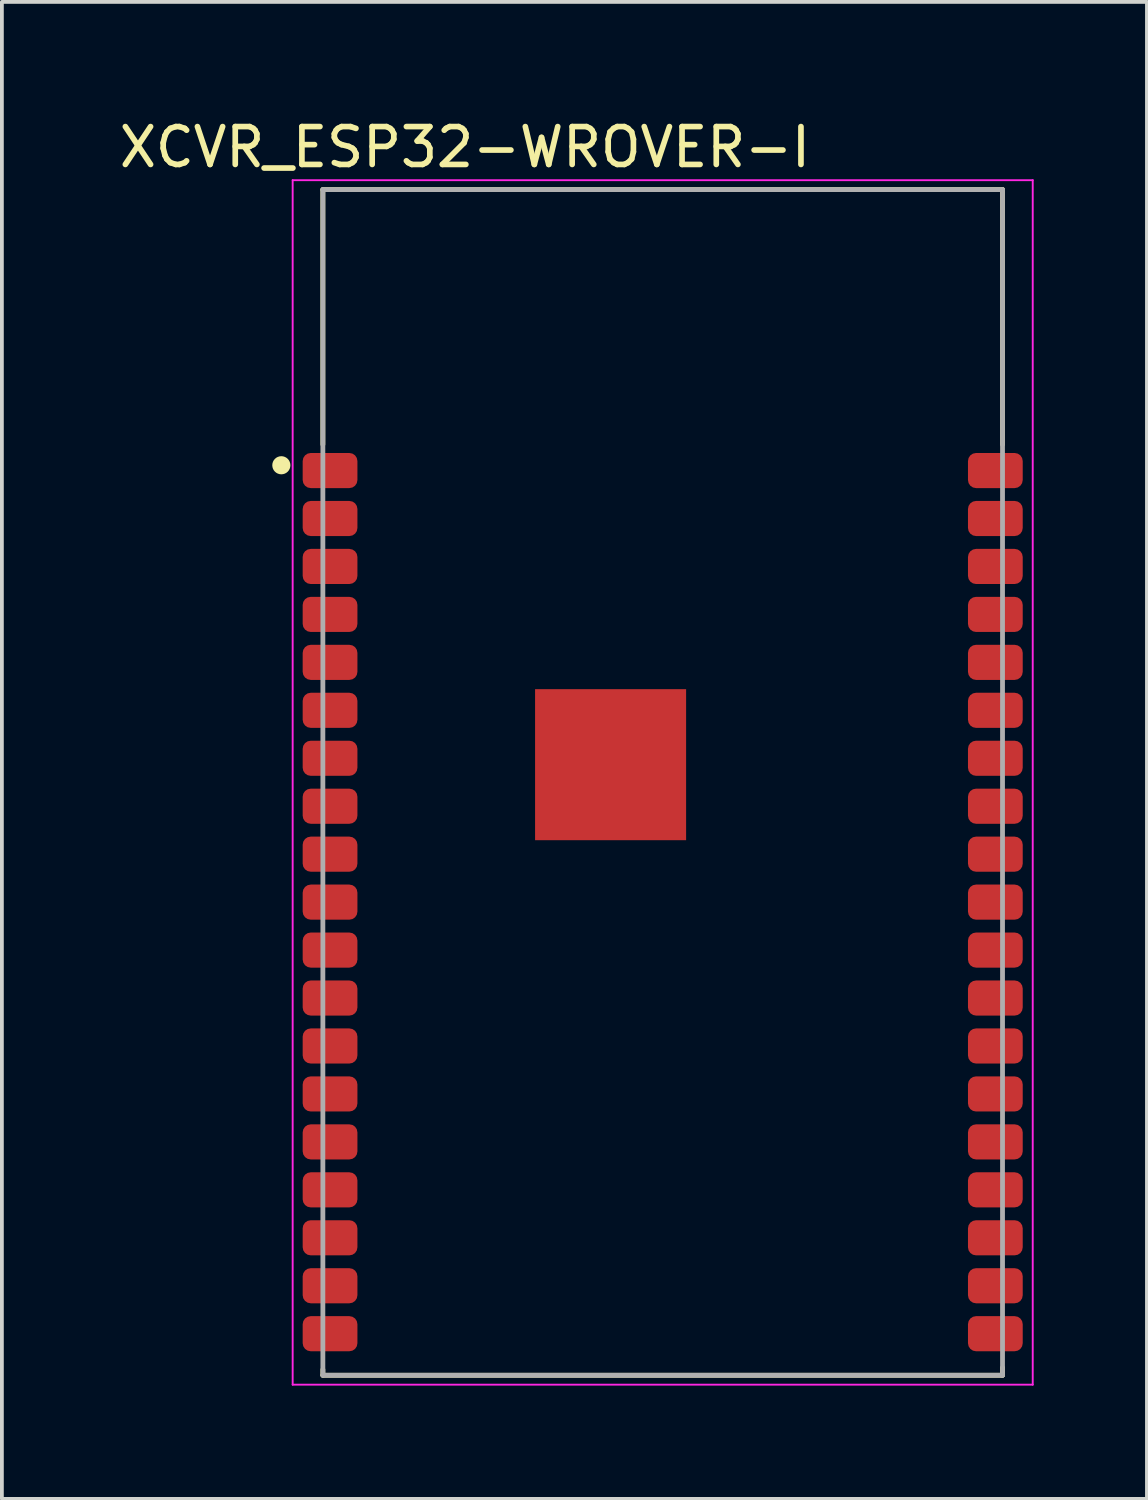
<source format=kicad_pcb>
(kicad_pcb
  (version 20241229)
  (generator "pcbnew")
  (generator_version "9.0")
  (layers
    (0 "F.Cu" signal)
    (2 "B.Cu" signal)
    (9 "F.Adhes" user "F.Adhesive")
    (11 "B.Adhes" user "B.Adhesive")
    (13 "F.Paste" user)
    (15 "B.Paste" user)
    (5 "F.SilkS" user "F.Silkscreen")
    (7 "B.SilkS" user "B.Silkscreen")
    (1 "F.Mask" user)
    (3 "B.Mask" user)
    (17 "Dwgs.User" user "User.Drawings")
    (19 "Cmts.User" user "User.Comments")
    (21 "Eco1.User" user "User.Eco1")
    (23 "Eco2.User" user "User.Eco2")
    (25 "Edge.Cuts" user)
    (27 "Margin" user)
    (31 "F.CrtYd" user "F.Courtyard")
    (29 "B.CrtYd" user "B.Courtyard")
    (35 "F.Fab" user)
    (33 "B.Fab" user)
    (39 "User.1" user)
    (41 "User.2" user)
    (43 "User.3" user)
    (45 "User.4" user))
  (footprint "XCVR_ESP32-WROVER-I"
    (layer "F.Cu")
    (at 14.501 17.672)
    (property "Reference" "XCVR_ESP32-WROVER-I" (at -5.237 -16.823 0) (layer "F.SilkS") (effects (font (size 1.002 1.002) (thickness 0.15))))
    (attr smd)
    (fp_line (start -9 -15.7) (end 9 -15.7) (stroke (width 0.127) (type solid)) (layer "F.SilkS"))
    (fp_line (start -9 -8.95) (end -9 -15.7) (stroke (width 0.127) (type solid)) (layer "F.SilkS"))
    (fp_line (start -9 15.55) (end -9 15.7) (stroke (width 0.127) (type solid)) (layer "F.SilkS"))
    (fp_line (start -9 15.7) (end 9 15.7) (stroke (width 0.127) (type solid)) (layer "F.SilkS"))
    (fp_line (start 9 -15.7) (end 9 -8.95) (stroke (width 0.127) (type solid)) (layer "F.SilkS"))
    (fp_line (start 9 15.7) (end 9 15.5) (stroke (width 0.127) (type solid)) (layer "F.SilkS"))
    (fp_circle (center -10.1 -8.4) (end -9.98 -8.4) (stroke (width 0.24) (type solid)) (fill no) (layer "F.SilkS"))
    (fp_poly (pts (xy -2.648 -1.735) (xy -0.115 -1.735) (xy -0.115 0.796) (xy -2.648 0.796)) (stroke (width 0.01) (type solid)) (fill yes) (layer "F.Paste"))
    (fp_line (start -9.8 -15.95) (end 9.8 -15.95) (stroke (width 0.05) (type solid)) (layer "F.CrtYd"))
    (fp_line (start -9.8 15.95) (end -9.8 -15.95) (stroke (width 0.05) (type solid)) (layer "F.CrtYd"))
    (fp_line (start 9.8 -15.95) (end 9.8 15.95) (stroke (width 0.05) (type solid)) (layer "F.CrtYd"))
    (fp_line (start 9.8 15.95) (end -9.8 15.95) (stroke (width 0.05) (type solid)) (layer "F.CrtYd"))
    (fp_line (start -9 -15.7) (end 9 -15.7) (stroke (width 0.127) (type solid)) (layer "F.Fab"))
    (fp_line (start -9 15.7) (end -9 -15.7) (stroke (width 0.127) (type solid)) (layer "F.Fab"))
    (fp_line (start 9 -15.7) (end 9 15.7) (stroke (width 0.127) (type solid)) (layer "F.Fab"))
    (fp_line (start 9 15.7) (end -9 15.7) (stroke (width 0.127) (type solid)) (layer "F.Fab"))
    (pad "1" smd roundrect (at -8.81 -8.26) (size 1.45 0.93) (layers "F.Cu" "F.Mask" "F.Paste") (roundrect_rratio 0.23))
    (pad "2" smd roundrect (at -8.81 -6.99) (size 1.45 0.93) (layers "F.Cu" "F.Mask" "F.Paste") (roundrect_rratio 0.23))
    (pad "3" smd roundrect (at -8.81 -5.72) (size 1.45 0.93) (layers "F.Cu" "F.Mask" "F.Paste") (roundrect_rratio 0.23))
    (pad "4" smd roundrect (at -8.81 -4.45) (size 1.45 0.93) (layers "F.Cu" "F.Mask" "F.Paste") (roundrect_rratio 0.23))
    (pad "5" smd roundrect (at -8.81 -3.18) (size 1.45 0.93) (layers "F.Cu" "F.Mask" "F.Paste") (roundrect_rratio 0.23))
    (pad "6" smd roundrect (at -8.81 -1.91) (size 1.45 0.93) (layers "F.Cu" "F.Mask" "F.Paste") (roundrect_rratio 0.23))
    (pad "7" smd roundrect (at -8.81 -0.64) (size 1.45 0.93) (layers "F.Cu" "F.Mask" "F.Paste") (roundrect_rratio 0.23))
    (pad "8" smd roundrect (at -8.81 0.63) (size 1.45 0.93) (layers "F.Cu" "F.Mask" "F.Paste") (roundrect_rratio 0.23))
    (pad "9" smd roundrect (at -8.81 1.9) (size 1.45 0.93) (layers "F.Cu" "F.Mask" "F.Paste") (roundrect_rratio 0.23))
    (pad "10" smd roundrect (at -8.81 3.17) (size 1.45 0.93) (layers "F.Cu" "F.Mask" "F.Paste") (roundrect_rratio 0.23))
    (pad "11" smd roundrect (at -8.81 4.44) (size 1.45 0.93) (layers "F.Cu" "F.Mask" "F.Paste") (roundrect_rratio 0.23))
    (pad "12" smd roundrect (at -8.81 5.71) (size 1.45 0.93) (layers "F.Cu" "F.Mask" "F.Paste") (roundrect_rratio 0.23))
    (pad "13" smd roundrect (at -8.81 6.98) (size 1.45 0.93) (layers "F.Cu" "F.Mask" "F.Paste") (roundrect_rratio 0.23))
    (pad "14" smd roundrect (at -8.81 8.25) (size 1.45 0.93) (layers "F.Cu" "F.Mask" "F.Paste") (roundrect_rratio 0.23))
    (pad "15" smd roundrect (at -8.81 9.52) (size 1.45 0.93) (layers "F.Cu" "F.Mask" "F.Paste") (roundrect_rratio 0.23))
    (pad "16" smd roundrect (at -8.81 10.79) (size 1.45 0.93) (layers "F.Cu" "F.Mask" "F.Paste") (roundrect_rratio 0.23))
    (pad "17" smd roundrect (at -8.81 12.06) (size 1.45 0.93) (layers "F.Cu" "F.Mask" "F.Paste") (roundrect_rratio 0.23))
    (pad "18" smd roundrect (at -8.81 13.33) (size 1.45 0.93) (layers "F.Cu" "F.Mask" "F.Paste") (roundrect_rratio 0.23))
    (pad "19" smd roundrect (at -8.81 14.6) (size 1.45 0.93) (layers "F.Cu" "F.Mask" "F.Paste") (roundrect_rratio 0.23))
    (pad "20" smd roundrect (at 8.81 14.6 180) (size 1.45 0.93) (layers "F.Cu" "F.Mask" "F.Paste") (roundrect_rratio 0.23))
    (pad "21" smd roundrect (at 8.81 13.33 180) (size 1.45 0.93) (layers "F.Cu" "F.Mask" "F.Paste") (roundrect_rratio 0.23))
    (pad "22" smd roundrect (at 8.81 12.06 180) (size 1.45 0.93) (layers "F.Cu" "F.Mask" "F.Paste") (roundrect_rratio 0.23))
    (pad "23" smd roundrect (at 8.81 10.79 180) (size 1.45 0.93) (layers "F.Cu" "F.Mask" "F.Paste") (roundrect_rratio 0.23))
    (pad "24" smd roundrect (at 8.81 9.52 180) (size 1.45 0.93) (layers "F.Cu" "F.Mask" "F.Paste") (roundrect_rratio 0.23))
    (pad "25" smd roundrect (at 8.81 8.25 180) (size 1.45 0.93) (layers "F.Cu" "F.Mask" "F.Paste") (roundrect_rratio 0.23))
    (pad "26" smd roundrect (at 8.81 6.98 180) (size 1.45 0.93) (layers "F.Cu" "F.Mask" "F.Paste") (roundrect_rratio 0.23))
    (pad "27" smd roundrect (at 8.81 5.71 180) (size 1.45 0.93) (layers "F.Cu" "F.Mask" "F.Paste") (roundrect_rratio 0.23))
    (pad "28" smd roundrect (at 8.81 4.44 180) (size 1.45 0.93) (layers "F.Cu" "F.Mask" "F.Paste") (roundrect_rratio 0.23))
    (pad "29" smd roundrect (at 8.81 3.17 180) (size 1.45 0.93) (layers "F.Cu" "F.Mask" "F.Paste") (roundrect_rratio 0.23))
    (pad "30" smd roundrect (at 8.81 1.9 180) (size 1.45 0.93) (layers "F.Cu" "F.Mask" "F.Paste") (roundrect_rratio 0.23))
    (pad "31" smd roundrect (at 8.81 0.63 180) (size 1.45 0.93) (layers "F.Cu" "F.Mask" "F.Paste") (roundrect_rratio 0.23))
    (pad "32" smd roundrect (at 8.81 -0.64 180) (size 1.45 0.93) (layers "F.Cu" "F.Mask" "F.Paste") (roundrect_rratio 0.23))
    (pad "33" smd roundrect (at 8.81 -1.91 180) (size 1.45 0.93) (layers "F.Cu" "F.Mask" "F.Paste") (roundrect_rratio 0.23))
    (pad "34" smd roundrect (at 8.81 -3.18 180) (size 1.45 0.93) (layers "F.Cu" "F.Mask" "F.Paste") (roundrect_rratio 0.23))
    (pad "35" smd roundrect (at 8.81 -4.45 180) (size 1.45 0.93) (layers "F.Cu" "F.Mask" "F.Paste") (roundrect_rratio 0.23))
    (pad "36" smd roundrect (at 8.81 -5.72 180) (size 1.45 0.93) (layers "F.Cu" "F.Mask" "F.Paste") (roundrect_rratio 0.23))
    (pad "37" smd roundrect (at 8.81 -6.99 180) (size 1.45 0.93) (layers "F.Cu" "F.Mask" "F.Paste") (roundrect_rratio 0.23))
    (pad "38" smd roundrect (at 8.81 -8.26 180) (size 1.45 0.93) (layers "F.Cu" "F.Mask" "F.Paste") (roundrect_rratio 0.23))
    (pad "39" smd rect (at -1.38 -0.47) (size 4 4) (layers "F.Cu" "F.Mask"))
    (zone (net_name "") (layer "F.Cu") (hatch full 0.508) (connect_pads) (min_thickness 0.01) (filled_areas_thickness no) (keepout (tracks not_allowed) (vias not_allowed) (pads not_allowed) (copperpour not_allowed) (footprints allowed)) (placement (enabled no)) (fill) (polygon (pts (xy 5.471 1.972) (xy 23.501 1.972) (xy 23.501 8.341) (xy 5.471 8.341))))
    (zone (net_name "") (layers "F.Cu" "B.Cu") (hatch full 0.508) (connect_pads) (min_thickness 0.01) (filled_areas_thickness no) (keepout (tracks allowed) (vias not_allowed) (pads allowed) (copperpour allowed) (footprints allowed)) (placement (enabled no)) (fill) (polygon (pts (xy 5.478 1.972) (xy 23.501 1.972) (xy 23.501 8.348) (xy 5.478 8.348))))
    (zone (net_name "") (layer "B.Cu") (hatch full 0.508) (connect_pads) (min_thickness 0.01) (filled_areas_thickness no) (keepout (tracks not_allowed) (vias not_allowed) (pads not_allowed) (copperpour not_allowed) (footprints allowed)) (placement (enabled no)) (fill) (polygon (pts (xy 5.472 1.972) (xy 23.501 1.972) (xy 23.501 8.342) (xy 5.472 8.342)))))
  (gr_rect
    (start -3 -3)
    (end 27.326 36.647)
    (stroke (width 0.1) (type default))
    (fill no)
    (layer "Edge.Cuts")))
</source>
